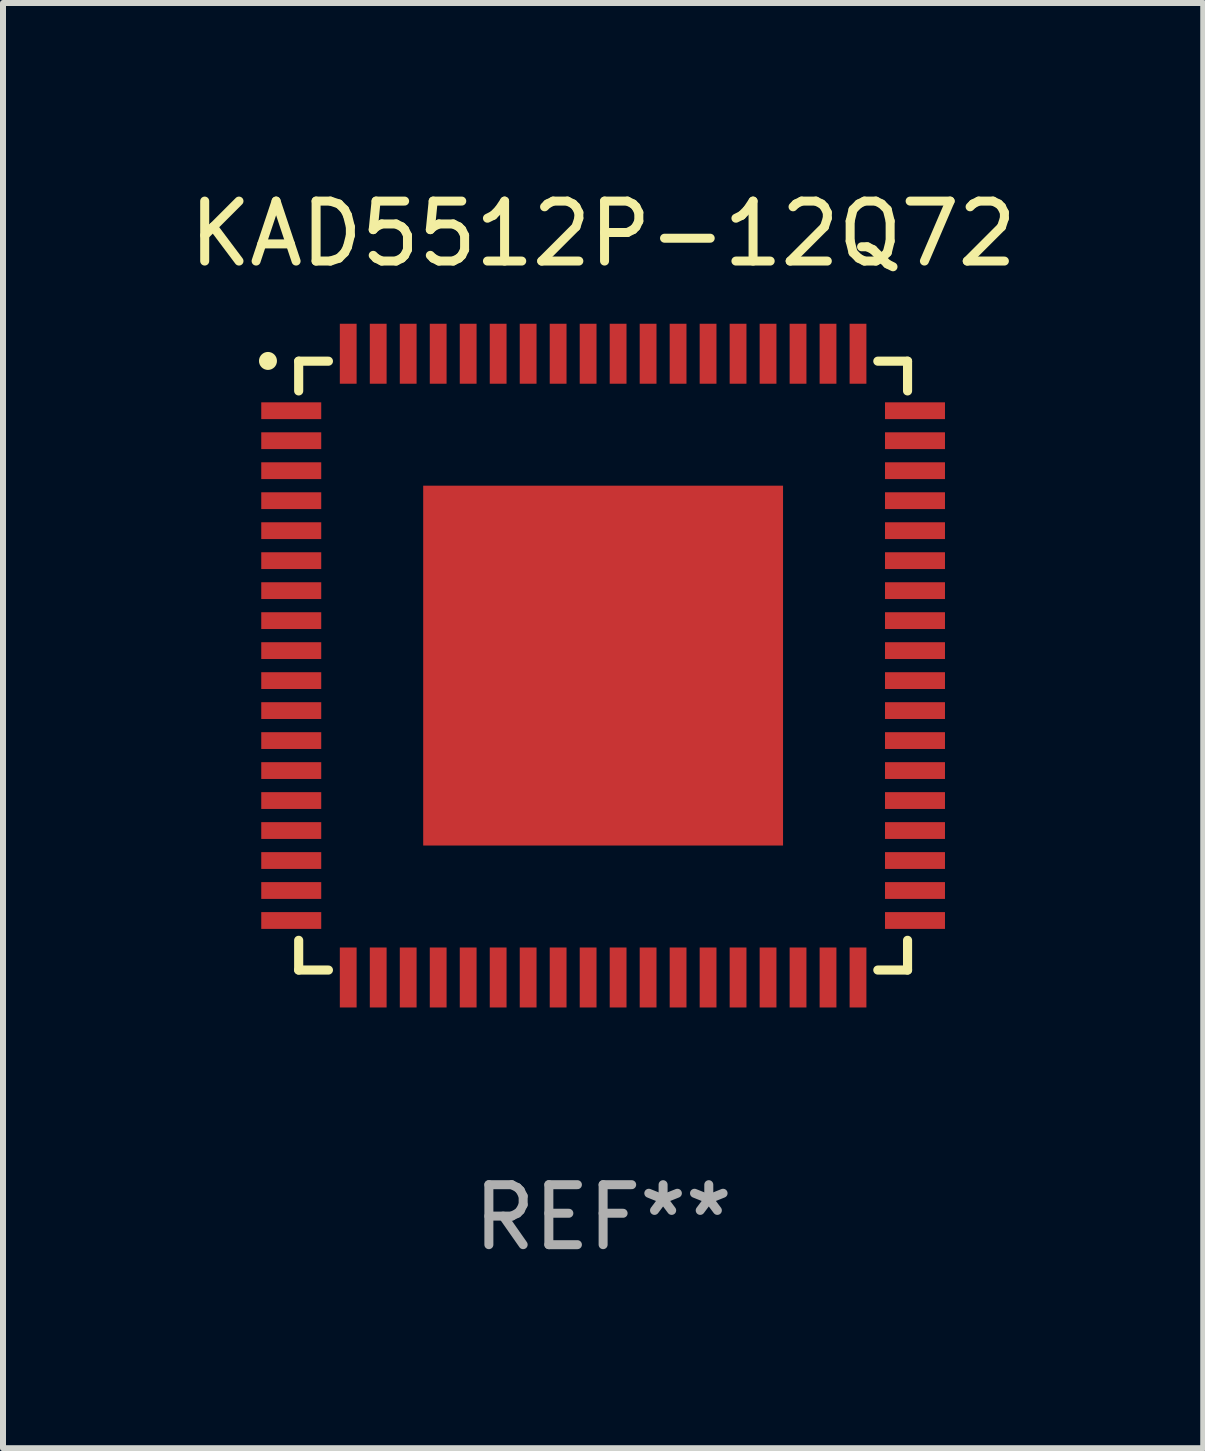
<source format=kicad_pcb>
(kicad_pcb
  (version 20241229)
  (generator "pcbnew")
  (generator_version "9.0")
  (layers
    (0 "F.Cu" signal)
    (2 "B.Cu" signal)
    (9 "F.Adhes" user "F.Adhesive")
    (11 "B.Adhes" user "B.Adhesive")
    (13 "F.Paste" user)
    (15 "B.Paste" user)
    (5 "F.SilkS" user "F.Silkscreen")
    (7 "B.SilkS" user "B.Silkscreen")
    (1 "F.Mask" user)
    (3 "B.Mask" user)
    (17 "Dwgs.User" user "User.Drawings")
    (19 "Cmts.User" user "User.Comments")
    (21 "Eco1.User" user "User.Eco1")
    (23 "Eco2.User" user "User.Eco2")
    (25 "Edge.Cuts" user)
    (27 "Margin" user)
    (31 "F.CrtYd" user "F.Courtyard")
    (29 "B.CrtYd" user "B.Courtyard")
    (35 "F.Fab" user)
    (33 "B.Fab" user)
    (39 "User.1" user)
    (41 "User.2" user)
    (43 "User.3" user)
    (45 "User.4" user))
  (footprint "KAD5512P-12Q72"
    (layer "F.Cu")
    (at 7.006 8.048)
    (property "Reference" "KAD5512P-12Q72" (at 0 -7.2 0) (layer "F.SilkS") (effects (font (size 1 1) (thickness 0.15))))
    (attr through_hole)
    (fp_line (start -5.076 -5.076) (end -5.076 -4.58) (stroke (width 0.152) (type solid)) (layer "F.SilkS"))
    (fp_line (start -5.076 5.076) (end -5.076 4.58) (stroke (width 0.152) (type solid)) (layer "F.SilkS"))
    (fp_line (start -4.58 -5.076) (end -5.076 -5.076) (stroke (width 0.152) (type solid)) (layer "F.SilkS"))
    (fp_line (start -4.58 5.076) (end -5.076 5.076) (stroke (width 0.152) (type solid)) (layer "F.SilkS"))
    (fp_line (start 4.58 -5.076) (end 5.076 -5.076) (stroke (width 0.152) (type solid)) (layer "F.SilkS"))
    (fp_line (start 4.58 5.076) (end 5.076 5.076) (stroke (width 0.152) (type solid)) (layer "F.SilkS"))
    (fp_line (start 5.076 -5.076) (end 5.076 -4.58) (stroke (width 0.152) (type solid)) (layer "F.SilkS"))
    (fp_line (start 5.076 5.076) (end 5.076 4.58) (stroke (width 0.152) (type solid)) (layer "F.SilkS"))
    (fp_circle (center -5.588 -5.08) (end -5.513 -5.08) (stroke (width 0.15) (type solid)) (fill no) (layer "F.SilkS"))
    (fp_text user "REF**" (at 0 9.2 0) (layer "F.Fab") (effects (font (size 1 1) (thickness 0.15))))
    (pad "1" smd rect (at -5.2 -4.25 270) (size 0.28 1) (layers "F.Cu" "F.Mask" "F.Paste"))
    (pad "2" smd rect (at -5.2 -3.75 270) (size 0.28 1) (layers "F.Cu" "F.Mask" "F.Paste"))
    (pad "3" smd rect (at -5.2 -3.25 270) (size 0.28 1) (layers "F.Cu" "F.Mask" "F.Paste"))
    (pad "4" smd rect (at -5.2 -2.75 270) (size 0.28 1) (layers "F.Cu" "F.Mask" "F.Paste"))
    (pad "5" smd rect (at -5.2 -2.25 270) (size 0.28 1) (layers "F.Cu" "F.Mask" "F.Paste"))
    (pad "6" smd rect (at -5.2 -1.75 270) (size 0.28 1) (layers "F.Cu" "F.Mask" "F.Paste"))
    (pad "7" smd rect (at -5.2 -1.25 270) (size 0.28 1) (layers "F.Cu" "F.Mask" "F.Paste"))
    (pad "8" smd rect (at -5.2 -0.75 270) (size 0.28 1) (layers "F.Cu" "F.Mask" "F.Paste"))
    (pad "9" smd rect (at -5.2 -0.25 270) (size 0.28 1) (layers "F.Cu" "F.Mask" "F.Paste"))
    (pad "10" smd rect (at -5.2 0.25 270) (size 0.28 1) (layers "F.Cu" "F.Mask" "F.Paste"))
    (pad "11" smd rect (at -5.2 0.75 270) (size 0.28 1) (layers "F.Cu" "F.Mask" "F.Paste"))
    (pad "12" smd rect (at -5.2 1.25 270) (size 0.28 1) (layers "F.Cu" "F.Mask" "F.Paste"))
    (pad "13" smd rect (at -5.2 1.75 270) (size 0.28 1) (layers "F.Cu" "F.Mask" "F.Paste"))
    (pad "14" smd rect (at -5.2 2.25 270) (size 0.28 1) (layers "F.Cu" "F.Mask" "F.Paste"))
    (pad "15" smd rect (at -5.2 2.75 270) (size 0.28 1) (layers "F.Cu" "F.Mask" "F.Paste"))
    (pad "16" smd rect (at -5.2 3.25 270) (size 0.28 1) (layers "F.Cu" "F.Mask" "F.Paste"))
    (pad "17" smd rect (at -5.2 3.75 270) (size 0.28 1) (layers "F.Cu" "F.Mask" "F.Paste"))
    (pad "18" smd rect (at -5.2 4.25 270) (size 0.28 1) (layers "F.Cu" "F.Mask" "F.Paste"))
    (pad "19" smd rect (at -4.25 5.2 270) (size 1 0.28) (layers "F.Cu" "F.Mask" "F.Paste"))
    (pad "20" smd rect (at -3.75 5.2 270) (size 1 0.28) (layers "F.Cu" "F.Mask" "F.Paste"))
    (pad "21" smd rect (at -3.25 5.2 270) (size 1 0.28) (layers "F.Cu" "F.Mask" "F.Paste"))
    (pad "22" smd rect (at -2.75 5.2 270) (size 1 0.28) (layers "F.Cu" "F.Mask" "F.Paste"))
    (pad "23" smd rect (at -2.25 5.2 270) (size 1 0.28) (layers "F.Cu" "F.Mask" "F.Paste"))
    (pad "24" smd rect (at -1.75 5.2 270) (size 1 0.28) (layers "F.Cu" "F.Mask" "F.Paste"))
    (pad "25" smd rect (at -1.25 5.2 270) (size 1 0.28) (layers "F.Cu" "F.Mask" "F.Paste"))
    (pad "26" smd rect (at -0.75 5.2 270) (size 1 0.28) (layers "F.Cu" "F.Mask" "F.Paste"))
    (pad "27" smd rect (at -0.25 5.2 270) (size 1 0.28) (layers "F.Cu" "F.Mask" "F.Paste"))
    (pad "28" smd rect (at 0.25 5.2 270) (size 1 0.28) (layers "F.Cu" "F.Mask" "F.Paste"))
    (pad "29" smd rect (at 0.75 5.2 270) (size 1 0.28) (layers "F.Cu" "F.Mask" "F.Paste"))
    (pad "30" smd rect (at 1.25 5.2 270) (size 1 0.28) (layers "F.Cu" "F.Mask" "F.Paste"))
    (pad "31" smd rect (at 1.75 5.2 270) (size 1 0.28) (layers "F.Cu" "F.Mask" "F.Paste"))
    (pad "32" smd rect (at 2.25 5.2 270) (size 1 0.28) (layers "F.Cu" "F.Mask" "F.Paste"))
    (pad "33" smd rect (at 2.75 5.2 270) (size 1 0.28) (layers "F.Cu" "F.Mask" "F.Paste"))
    (pad "34" smd rect (at 3.25 5.2 270) (size 1 0.28) (layers "F.Cu" "F.Mask" "F.Paste"))
    (pad "35" smd rect (at 3.75 5.2 270) (size 1 0.28) (layers "F.Cu" "F.Mask" "F.Paste"))
    (pad "36" smd rect (at 4.25 5.2 270) (size 1 0.28) (layers "F.Cu" "F.Mask" "F.Paste"))
    (pad "37" smd rect (at 5.2 4.25 270) (size 0.28 1) (layers "F.Cu" "F.Mask" "F.Paste"))
    (pad "38" smd rect (at 5.2 3.75 270) (size 0.28 1) (layers "F.Cu" "F.Mask" "F.Paste"))
    (pad "39" smd rect (at 5.2 3.25 270) (size 0.28 1) (layers "F.Cu" "F.Mask" "F.Paste"))
    (pad "40" smd rect (at 5.2 2.75 270) (size 0.28 1) (layers "F.Cu" "F.Mask" "F.Paste"))
    (pad "41" smd rect (at 5.2 2.25 270) (size 0.28 1) (layers "F.Cu" "F.Mask" "F.Paste"))
    (pad "42" smd rect (at 5.2 1.75 270) (size 0.28 1) (layers "F.Cu" "F.Mask" "F.Paste"))
    (pad "43" smd rect (at 5.2 1.25 270) (size 0.28 1) (layers "F.Cu" "F.Mask" "F.Paste"))
    (pad "44" smd rect (at 5.2 0.75 270) (size 0.28 1) (layers "F.Cu" "F.Mask" "F.Paste"))
    (pad "45" smd rect (at 5.2 0.25 270) (size 0.28 1) (layers "F.Cu" "F.Mask" "F.Paste"))
    (pad "46" smd rect (at 5.2 -0.25 270) (size 0.28 1) (layers "F.Cu" "F.Mask" "F.Paste"))
    (pad "47" smd rect (at 5.2 -0.75 270) (size 0.28 1) (layers "F.Cu" "F.Mask" "F.Paste"))
    (pad "48" smd rect (at 5.2 -1.25 270) (size 0.28 1) (layers "F.Cu" "F.Mask" "F.Paste"))
    (pad "49" smd rect (at 5.2 -1.75 270) (size 0.28 1) (layers "F.Cu" "F.Mask" "F.Paste"))
    (pad "50" smd rect (at 5.2 -2.25 270) (size 0.28 1) (layers "F.Cu" "F.Mask" "F.Paste"))
    (pad "51" smd rect (at 5.2 -2.75 270) (size 0.28 1) (layers "F.Cu" "F.Mask" "F.Paste"))
    (pad "52" smd rect (at 5.2 -3.25 270) (size 0.28 1) (layers "F.Cu" "F.Mask" "F.Paste"))
    (pad "53" smd rect (at 5.2 -3.75 270) (size 0.28 1) (layers "F.Cu" "F.Mask" "F.Paste"))
    (pad "54" smd rect (at 5.2 -4.25 270) (size 0.28 1) (layers "F.Cu" "F.Mask" "F.Paste"))
    (pad "55" smd rect (at 4.25 -5.2 270) (size 1 0.28) (layers "F.Cu" "F.Mask" "F.Paste"))
    (pad "56" smd rect (at 3.75 -5.2 270) (size 1 0.28) (layers "F.Cu" "F.Mask" "F.Paste"))
    (pad "57" smd rect (at 3.25 -5.2 270) (size 1 0.28) (layers "F.Cu" "F.Mask" "F.Paste"))
    (pad "58" smd rect (at 2.75 -5.2 270) (size 1 0.28) (layers "F.Cu" "F.Mask" "F.Paste"))
    (pad "59" smd rect (at 2.25 -5.2 270) (size 1 0.28) (layers "F.Cu" "F.Mask" "F.Paste"))
    (pad "60" smd rect (at 1.75 -5.2 270) (size 1 0.28) (layers "F.Cu" "F.Mask" "F.Paste"))
    (pad "61" smd rect (at 1.25 -5.2 270) (size 1 0.28) (layers "F.Cu" "F.Mask" "F.Paste"))
    (pad "62" smd rect (at 0.75 -5.2 270) (size 1 0.28) (layers "F.Cu" "F.Mask" "F.Paste"))
    (pad "63" smd rect (at 0.25 -5.2 270) (size 1 0.28) (layers "F.Cu" "F.Mask" "F.Paste"))
    (pad "64" smd rect (at -0.25 -5.2 270) (size 1 0.28) (layers "F.Cu" "F.Mask" "F.Paste"))
    (pad "65" smd rect (at -0.75 -5.2 270) (size 1 0.28) (layers "F.Cu" "F.Mask" "F.Paste"))
    (pad "66" smd rect (at -1.25 -5.2 270) (size 1 0.28) (layers "F.Cu" "F.Mask" "F.Paste"))
    (pad "67" smd rect (at -1.75 -5.2 270) (size 1 0.28) (layers "F.Cu" "F.Mask" "F.Paste"))
    (pad "68" smd rect (at -2.25 -5.2 270) (size 1 0.28) (layers "F.Cu" "F.Mask" "F.Paste"))
    (pad "69" smd rect (at -2.75 -5.2 270) (size 1 0.28) (layers "F.Cu" "F.Mask" "F.Paste"))
    (pad "70" smd rect (at -3.25 -5.2 270) (size 1 0.28) (layers "F.Cu" "F.Mask" "F.Paste"))
    (pad "71" smd rect (at -3.75 -5.2 270) (size 1 0.28) (layers "F.Cu" "F.Mask" "F.Paste"))
    (pad "72" smd rect (at -4.25 -5.2 270) (size 1 0.28) (layers "F.Cu" "F.Mask" "F.Paste"))
    (pad "73" smd rect (at 0.000025 -0.000076 270) (size 6 6) (layers "F.Cu" "F.Mask" "F.Paste")))
  (gr_rect
    (start -3 -3)
    (end 17.012 21.096)
    (stroke (width 0.1) (type default))
    (fill no)
    (layer "Edge.Cuts")))
</source>
